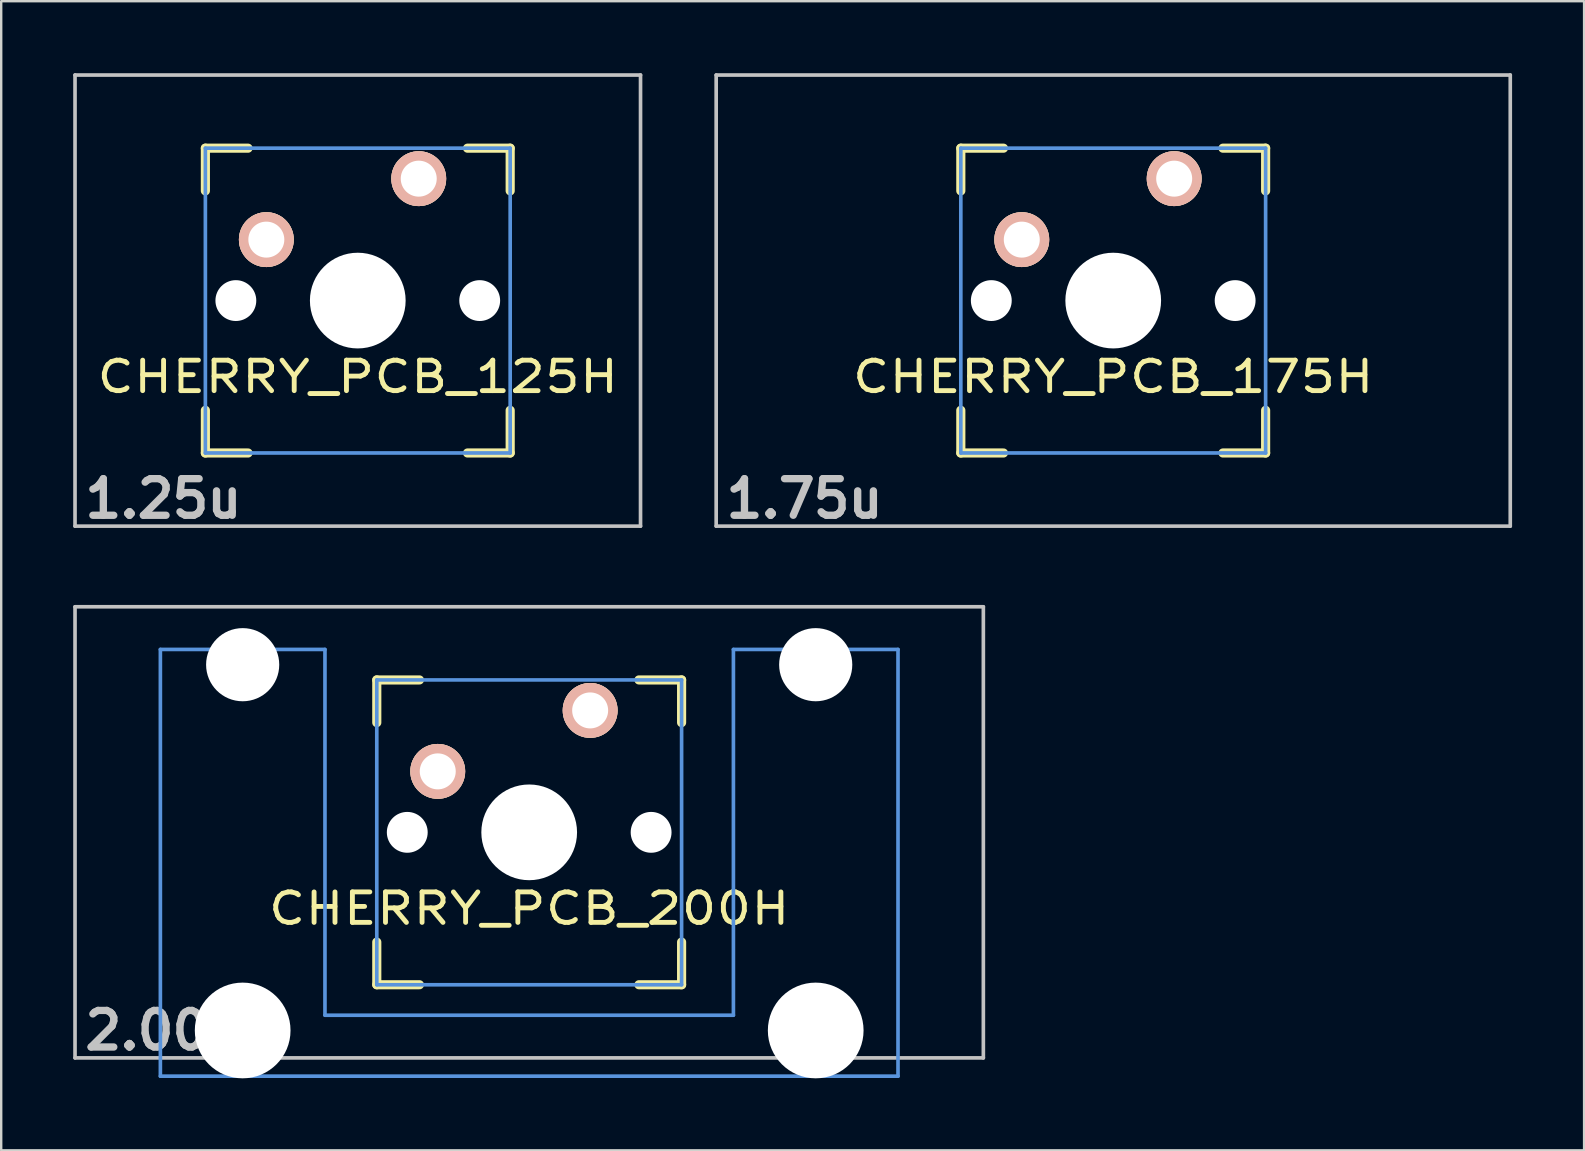
<source format=kicad_pcb>
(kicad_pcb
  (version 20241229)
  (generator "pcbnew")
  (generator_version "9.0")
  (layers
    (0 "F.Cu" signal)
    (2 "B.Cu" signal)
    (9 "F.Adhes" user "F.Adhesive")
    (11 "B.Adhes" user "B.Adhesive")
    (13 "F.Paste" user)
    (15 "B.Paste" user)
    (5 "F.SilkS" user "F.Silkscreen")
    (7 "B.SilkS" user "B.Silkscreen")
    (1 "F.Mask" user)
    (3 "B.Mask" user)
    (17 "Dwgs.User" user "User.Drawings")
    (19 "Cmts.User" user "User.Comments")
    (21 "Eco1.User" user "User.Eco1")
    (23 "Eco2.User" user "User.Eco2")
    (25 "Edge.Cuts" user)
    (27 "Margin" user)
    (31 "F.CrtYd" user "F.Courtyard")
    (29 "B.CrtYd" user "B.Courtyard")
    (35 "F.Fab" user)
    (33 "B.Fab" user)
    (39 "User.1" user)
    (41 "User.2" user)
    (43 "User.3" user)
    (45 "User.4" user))
  (footprint "CHERRY_PCB_125H"
    (layer "F.Cu")
    (at 11.857 9.474)
    (property "Reference" "CHERRY_PCB_125H" (at 0 3.175 0) (layer "F.SilkS") (effects (font (size 1.27 1.524) (thickness 0.203))))
    (attr through_hole)
    (fp_line (start -6.35 -6.35) (end -4.572 -6.35) (stroke (width 0.381) (type solid)) (layer "F.SilkS"))
    (fp_line (start -6.35 -4.572) (end -6.35 -6.35) (stroke (width 0.381) (type solid)) (layer "F.SilkS"))
    (fp_line (start -6.35 6.35) (end -6.35 4.572) (stroke (width 0.381) (type solid)) (layer "F.SilkS"))
    (fp_line (start -4.572 6.35) (end -6.35 6.35) (stroke (width 0.381) (type solid)) (layer "F.SilkS"))
    (fp_line (start 4.572 -6.35) (end 6.35 -6.35) (stroke (width 0.381) (type solid)) (layer "F.SilkS"))
    (fp_line (start 6.35 -6.35) (end 6.35 -4.572) (stroke (width 0.381) (type solid)) (layer "F.SilkS"))
    (fp_line (start 6.35 4.572) (end 6.35 6.35) (stroke (width 0.381) (type solid)) (layer "F.SilkS"))
    (fp_line (start 6.35 6.35) (end 4.572 6.35) (stroke (width 0.381) (type solid)) (layer "F.SilkS"))
    (fp_line (start -11.781 -9.398) (end 11.781 -9.398) (stroke (width 0.152) (type solid)) (layer "Dwgs.User"))
    (fp_line (start -11.781 9.398) (end -11.781 -9.398) (stroke (width 0.152) (type solid)) (layer "Dwgs.User"))
    (fp_line (start 11.781 -9.398) (end 11.781 9.398) (stroke (width 0.152) (type solid)) (layer "Dwgs.User"))
    (fp_line (start 11.781 9.398) (end -11.781 9.398) (stroke (width 0.152) (type solid)) (layer "Dwgs.User"))
    (fp_line (start -6.35 -6.35) (end 6.35 -6.35) (stroke (width 0.152) (type solid)) (layer "Cmts.User"))
    (fp_line (start -6.35 6.35) (end -6.35 -6.35) (stroke (width 0.152) (type solid)) (layer "Cmts.User"))
    (fp_line (start 6.35 -6.35) (end 6.35 6.35) (stroke (width 0.152) (type solid)) (layer "Cmts.User"))
    (fp_line (start 6.35 6.35) (end -6.35 6.35) (stroke (width 0.152) (type solid)) (layer "Cmts.User"))
    (fp_line (start -6.985 -6.985) (end 6.985 -6.985) (stroke (width 0.152) (type solid)) (layer "Eco2.User"))
    (fp_line (start -6.985 6.985) (end -6.985 -6.985) (stroke (width 0.152) (type solid)) (layer "Eco2.User"))
    (fp_line (start 6.985 -6.985) (end 6.985 6.985) (stroke (width 0.152) (type solid)) (layer "Eco2.User"))
    (fp_line (start 6.985 6.985) (end -6.985 6.985) (stroke (width 0.152) (type solid)) (layer "Eco2.User"))
    (fp_text user "1.25u" (at -8.098 8.255 0) (layer "Dwgs.User") (effects (font (size 1.524 1.524) (thickness 0.305))))
    (pad "" np_thru_hole circle (at -5.08 0) (size 1.702 1.702) (drill 1.702) (layers "*.Cu"))
    (pad "" np_thru_hole circle (at 0 0) (size 3.988 3.988) (drill 3.988) (layers "*.Cu"))
    (pad "" np_thru_hole circle (at 5.08 0) (size 1.702 1.702) (drill 1.702) (layers "*.Cu"))
    (pad "1" thru_hole circle (at 2.54 -5.08) (size 2.286 2.286) (drill 1.499) (layers "*.Cu" "*.SilkS" "*.Mask"))
    (pad "2" thru_hole circle (at -3.81 -2.54) (size 2.286 2.286) (drill 1.499) (layers "*.Cu" "*.SilkS" "*.Mask")))
  (footprint "CHERRY_PCB_200H"
    (layer "F.Cu")
    (at 18.999 31.63)
    (property "Reference" "CHERRY_PCB_200H" (at 0 3.175 0) (layer "F.SilkS") (effects (font (size 1.27 1.524) (thickness 0.203))))
    (attr through_hole)
    (fp_line (start -6.35 -6.35) (end -4.572 -6.35) (stroke (width 0.381) (type solid)) (layer "F.SilkS"))
    (fp_line (start -6.35 -4.572) (end -6.35 -6.35) (stroke (width 0.381) (type solid)) (layer "F.SilkS"))
    (fp_line (start -6.35 6.35) (end -6.35 4.572) (stroke (width 0.381) (type solid)) (layer "F.SilkS"))
    (fp_line (start -4.572 6.35) (end -6.35 6.35) (stroke (width 0.381) (type solid)) (layer "F.SilkS"))
    (fp_line (start 4.572 -6.35) (end 6.35 -6.35) (stroke (width 0.381) (type solid)) (layer "F.SilkS"))
    (fp_line (start 6.35 -6.35) (end 6.35 -4.572) (stroke (width 0.381) (type solid)) (layer "F.SilkS"))
    (fp_line (start 6.35 4.572) (end 6.35 6.35) (stroke (width 0.381) (type solid)) (layer "F.SilkS"))
    (fp_line (start 6.35 6.35) (end 4.572 6.35) (stroke (width 0.381) (type solid)) (layer "F.SilkS"))
    (fp_line (start -18.923 -9.398) (end 18.923 -9.398) (stroke (width 0.152) (type solid)) (layer "Dwgs.User"))
    (fp_line (start -18.923 9.398) (end -18.923 -9.398) (stroke (width 0.152) (type solid)) (layer "Dwgs.User"))
    (fp_line (start 18.923 -9.398) (end 18.923 9.398) (stroke (width 0.152) (type solid)) (layer "Dwgs.User"))
    (fp_line (start 18.923 9.398) (end -18.923 9.398) (stroke (width 0.152) (type solid)) (layer "Dwgs.User"))
    (fp_line (start -15.367 -7.62) (end -15.367 10.16) (stroke (width 0.152) (type solid)) (layer "Cmts.User"))
    (fp_line (start -15.367 10.16) (end 15.367 10.16) (stroke (width 0.152) (type solid)) (layer "Cmts.User"))
    (fp_line (start -8.509 -7.62) (end -15.367 -7.62) (stroke (width 0.152) (type solid)) (layer "Cmts.User"))
    (fp_line (start -8.509 7.62) (end -8.509 -7.62) (stroke (width 0.152) (type solid)) (layer "Cmts.User"))
    (fp_line (start -6.35 -6.35) (end 6.35 -6.35) (stroke (width 0.152) (type solid)) (layer "Cmts.User"))
    (fp_line (start -6.35 6.35) (end -6.35 -6.35) (stroke (width 0.152) (type solid)) (layer "Cmts.User"))
    (fp_line (start 6.35 -6.35) (end 6.35 6.35) (stroke (width 0.152) (type solid)) (layer "Cmts.User"))
    (fp_line (start 6.35 6.35) (end -6.35 6.35) (stroke (width 0.152) (type solid)) (layer "Cmts.User"))
    (fp_line (start 8.509 -7.62) (end 8.509 7.62) (stroke (width 0.152) (type solid)) (layer "Cmts.User"))
    (fp_line (start 8.509 7.62) (end -8.509 7.62) (stroke (width 0.152) (type solid)) (layer "Cmts.User"))
    (fp_line (start 15.367 -7.62) (end 8.509 -7.62) (stroke (width 0.152) (type solid)) (layer "Cmts.User"))
    (fp_line (start 15.367 10.16) (end 15.367 -7.62) (stroke (width 0.152) (type solid)) (layer "Cmts.User"))
    (fp_line (start -16.129 -2.286) (end -15.265 -2.286) (stroke (width 0.152) (type solid)) (layer "Eco2.User"))
    (fp_line (start -16.129 0.508) (end -16.129 -2.286) (stroke (width 0.152) (type solid)) (layer "Eco2.User"))
    (fp_line (start -15.265 -5.69) (end -8.611 -5.69) (stroke (width 0.152) (type solid)) (layer "Eco2.User"))
    (fp_line (start -15.265 -2.286) (end -15.265 -5.69) (stroke (width 0.152) (type solid)) (layer "Eco2.User"))
    (fp_line (start -15.265 0.508) (end -16.129 0.508) (stroke (width 0.152) (type solid)) (layer "Eco2.User"))
    (fp_line (start -15.265 6.604) (end -15.265 0.508) (stroke (width 0.152) (type solid)) (layer "Eco2.User"))
    (fp_line (start -14.224 6.604) (end -15.265 6.604) (stroke (width 0.152) (type solid)) (layer "Eco2.User"))
    (fp_line (start -14.224 7.772) (end -14.224 6.604) (stroke (width 0.152) (type solid)) (layer "Eco2.User"))
    (fp_line (start -9.652 6.604) (end -9.652 7.772) (stroke (width 0.152) (type solid)) (layer "Eco2.User"))
    (fp_line (start -9.652 7.772) (end -14.224 7.772) (stroke (width 0.152) (type solid)) (layer "Eco2.User"))
    (fp_line (start -8.611 -5.69) (end -8.611 -4.877) (stroke (width 0.152) (type solid)) (layer "Eco2.User"))
    (fp_line (start -8.611 -4.877) (end -6.985 -4.877) (stroke (width 0.152) (type solid)) (layer "Eco2.User"))
    (fp_line (start -8.611 5.817) (end -8.611 6.604) (stroke (width 0.152) (type solid)) (layer "Eco2.User"))
    (fp_line (start -8.611 6.604) (end -9.652 6.604) (stroke (width 0.152) (type solid)) (layer "Eco2.User"))
    (fp_line (start -6.985 -6.985) (end 6.985 -6.985) (stroke (width 0.152) (type solid)) (layer "Eco2.User"))
    (fp_line (start -6.985 -4.877) (end -6.985 -6.985) (stroke (width 0.152) (type solid)) (layer "Eco2.User"))
    (fp_line (start -6.985 5.817) (end -8.611 5.817) (stroke (width 0.152) (type solid)) (layer "Eco2.User"))
    (fp_line (start -6.985 6.985) (end -6.985 5.817) (stroke (width 0.152) (type solid)) (layer "Eco2.User"))
    (fp_line (start 6.985 -6.985) (end 6.985 -4.877) (stroke (width 0.152) (type solid)) (layer "Eco2.User"))
    (fp_line (start 6.985 -4.877) (end 8.611 -4.877) (stroke (width 0.152) (type solid)) (layer "Eco2.User"))
    (fp_line (start 6.985 5.817) (end 6.985 6.985) (stroke (width 0.152) (type solid)) (layer "Eco2.User"))
    (fp_line (start 6.985 6.985) (end -6.985 6.985) (stroke (width 0.152) (type solid)) (layer "Eco2.User"))
    (fp_line (start 8.611 -5.69) (end 15.265 -5.69) (stroke (width 0.152) (type solid)) (layer "Eco2.User"))
    (fp_line (start 8.611 -4.877) (end 8.611 -5.69) (stroke (width 0.152) (type solid)) (layer "Eco2.User"))
    (fp_line (start 8.611 5.817) (end 6.985 5.817) (stroke (width 0.152) (type solid)) (layer "Eco2.User"))
    (fp_line (start 8.611 6.604) (end 8.611 5.817) (stroke (width 0.152) (type solid)) (layer "Eco2.User"))
    (fp_line (start 9.652 6.604) (end 8.611 6.604) (stroke (width 0.152) (type solid)) (layer "Eco2.User"))
    (fp_line (start 9.652 7.772) (end 9.652 6.604) (stroke (width 0.152) (type solid)) (layer "Eco2.User"))
    (fp_line (start 14.224 6.604) (end 14.224 7.772) (stroke (width 0.152) (type solid)) (layer "Eco2.User"))
    (fp_line (start 14.224 7.772) (end 9.652 7.772) (stroke (width 0.152) (type solid)) (layer "Eco2.User"))
    (fp_line (start 15.265 -5.69) (end 15.265 -2.286) (stroke (width 0.152) (type solid)) (layer "Eco2.User"))
    (fp_line (start 15.265 -2.286) (end 16.129 -2.286) (stroke (width 0.152) (type solid)) (layer "Eco2.User"))
    (fp_line (start 15.265 0.508) (end 15.265 6.604) (stroke (width 0.152) (type solid)) (layer "Eco2.User"))
    (fp_line (start 15.265 6.604) (end 14.224 6.604) (stroke (width 0.152) (type solid)) (layer "Eco2.User"))
    (fp_line (start 16.129 -2.286) (end 16.129 0.508) (stroke (width 0.152) (type solid)) (layer "Eco2.User"))
    (fp_line (start 16.129 0.508) (end 15.265 0.508) (stroke (width 0.152) (type solid)) (layer "Eco2.User"))
    (fp_text user "2.00u" (at -15.24 8.255 0) (layer "Dwgs.User") (effects (font (size 1.524 1.524) (thickness 0.305))))
    (pad "" np_thru_hole circle (at -11.938 -6.985) (size 3.048 3.048) (drill 3.048) (layers "*.Cu"))
    (pad "" np_thru_hole circle (at -11.938 8.255) (size 3.988 3.988) (drill 3.988) (layers "*.Cu"))
    (pad "" np_thru_hole circle (at -5.08 0) (size 1.702 1.702) (drill 1.702) (layers "*.Cu"))
    (pad "" np_thru_hole circle (at 0 0) (size 3.988 3.988) (drill 3.988) (layers "*.Cu"))
    (pad "" np_thru_hole circle (at 5.08 0) (size 1.702 1.702) (drill 1.702) (layers "*.Cu"))
    (pad "" np_thru_hole circle (at 11.938 -6.985) (size 3.048 3.048) (drill 3.048) (layers "*.Cu"))
    (pad "" np_thru_hole circle (at 11.938 8.255) (size 3.988 3.988) (drill 3.988) (layers "*.Cu"))
    (pad "1" thru_hole circle (at 2.54 -5.08) (size 2.286 2.286) (drill 1.499) (layers "*.Cu" "*.SilkS" "*.Mask"))
    (pad "2" thru_hole circle (at -3.81 -2.54) (size 2.286 2.286) (drill 1.499) (layers "*.Cu" "*.SilkS" "*.Mask")))
  (footprint "CHERRY_PCB_175H"
    (layer "F.Cu")
    (at 43.333 9.474)
    (property "Reference" "CHERRY_PCB_175H" (at 0 3.175 0) (layer "F.SilkS") (effects (font (size 1.27 1.524) (thickness 0.203))))
    (attr through_hole)
    (fp_line (start -6.35 -6.35) (end -4.572 -6.35) (stroke (width 0.381) (type solid)) (layer "F.SilkS"))
    (fp_line (start -6.35 -4.572) (end -6.35 -6.35) (stroke (width 0.381) (type solid)) (layer "F.SilkS"))
    (fp_line (start -6.35 6.35) (end -6.35 4.572) (stroke (width 0.381) (type solid)) (layer "F.SilkS"))
    (fp_line (start -4.572 6.35) (end -6.35 6.35) (stroke (width 0.381) (type solid)) (layer "F.SilkS"))
    (fp_line (start 4.572 -6.35) (end 6.35 -6.35) (stroke (width 0.381) (type solid)) (layer "F.SilkS"))
    (fp_line (start 6.35 -6.35) (end 6.35 -4.572) (stroke (width 0.381) (type solid)) (layer "F.SilkS"))
    (fp_line (start 6.35 4.572) (end 6.35 6.35) (stroke (width 0.381) (type solid)) (layer "F.SilkS"))
    (fp_line (start 6.35 6.35) (end 4.572 6.35) (stroke (width 0.381) (type solid)) (layer "F.SilkS"))
    (fp_line (start -16.543 -9.398) (end 16.543 -9.398) (stroke (width 0.152) (type solid)) (layer "Dwgs.User"))
    (fp_line (start -16.543 9.398) (end -16.543 -9.398) (stroke (width 0.152) (type solid)) (layer "Dwgs.User"))
    (fp_line (start 16.543 -9.398) (end 16.543 9.398) (stroke (width 0.152) (type solid)) (layer "Dwgs.User"))
    (fp_line (start 16.543 9.398) (end -16.543 9.398) (stroke (width 0.152) (type solid)) (layer "Dwgs.User"))
    (fp_line (start -6.35 -6.35) (end 6.35 -6.35) (stroke (width 0.152) (type solid)) (layer "Cmts.User"))
    (fp_line (start -6.35 6.35) (end -6.35 -6.35) (stroke (width 0.152) (type solid)) (layer "Cmts.User"))
    (fp_line (start 6.35 -6.35) (end 6.35 6.35) (stroke (width 0.152) (type solid)) (layer "Cmts.User"))
    (fp_line (start 6.35 6.35) (end -6.35 6.35) (stroke (width 0.152) (type solid)) (layer "Cmts.User"))
    (fp_line (start -6.985 -6.985) (end 6.985 -6.985) (stroke (width 0.152) (type solid)) (layer "Eco2.User"))
    (fp_line (start -6.985 6.985) (end -6.985 -6.985) (stroke (width 0.152) (type solid)) (layer "Eco2.User"))
    (fp_line (start 6.985 -6.985) (end 6.985 6.985) (stroke (width 0.152) (type solid)) (layer "Eco2.User"))
    (fp_line (start 6.985 6.985) (end -6.985 6.985) (stroke (width 0.152) (type solid)) (layer "Eco2.User"))
    (fp_text user "1.75u" (at -12.86 8.255 0) (layer "Dwgs.User") (effects (font (size 1.524 1.524) (thickness 0.305))))
    (pad "" np_thru_hole circle (at -5.08 0) (size 1.702 1.702) (drill 1.702) (layers "*.Cu"))
    (pad "" np_thru_hole circle (at 0 0) (size 3.988 3.988) (drill 3.988) (layers "*.Cu"))
    (pad "" np_thru_hole circle (at 5.08 0) (size 1.702 1.702) (drill 1.702) (layers "*.Cu"))
    (pad "1" thru_hole circle (at 2.54 -5.08) (size 2.286 2.286) (drill 1.499) (layers "*.Cu" "*.SilkS" "*.Mask"))
    (pad "2" thru_hole circle (at -3.81 -2.54) (size 2.286 2.286) (drill 1.499) (layers "*.Cu" "*.SilkS" "*.Mask")))
  (gr_rect
    (start -3 -3)
    (end 62.952 44.879)
    (stroke (width 0.1) (type default))
    (fill no)
    (layer "Edge.Cuts")))
</source>
